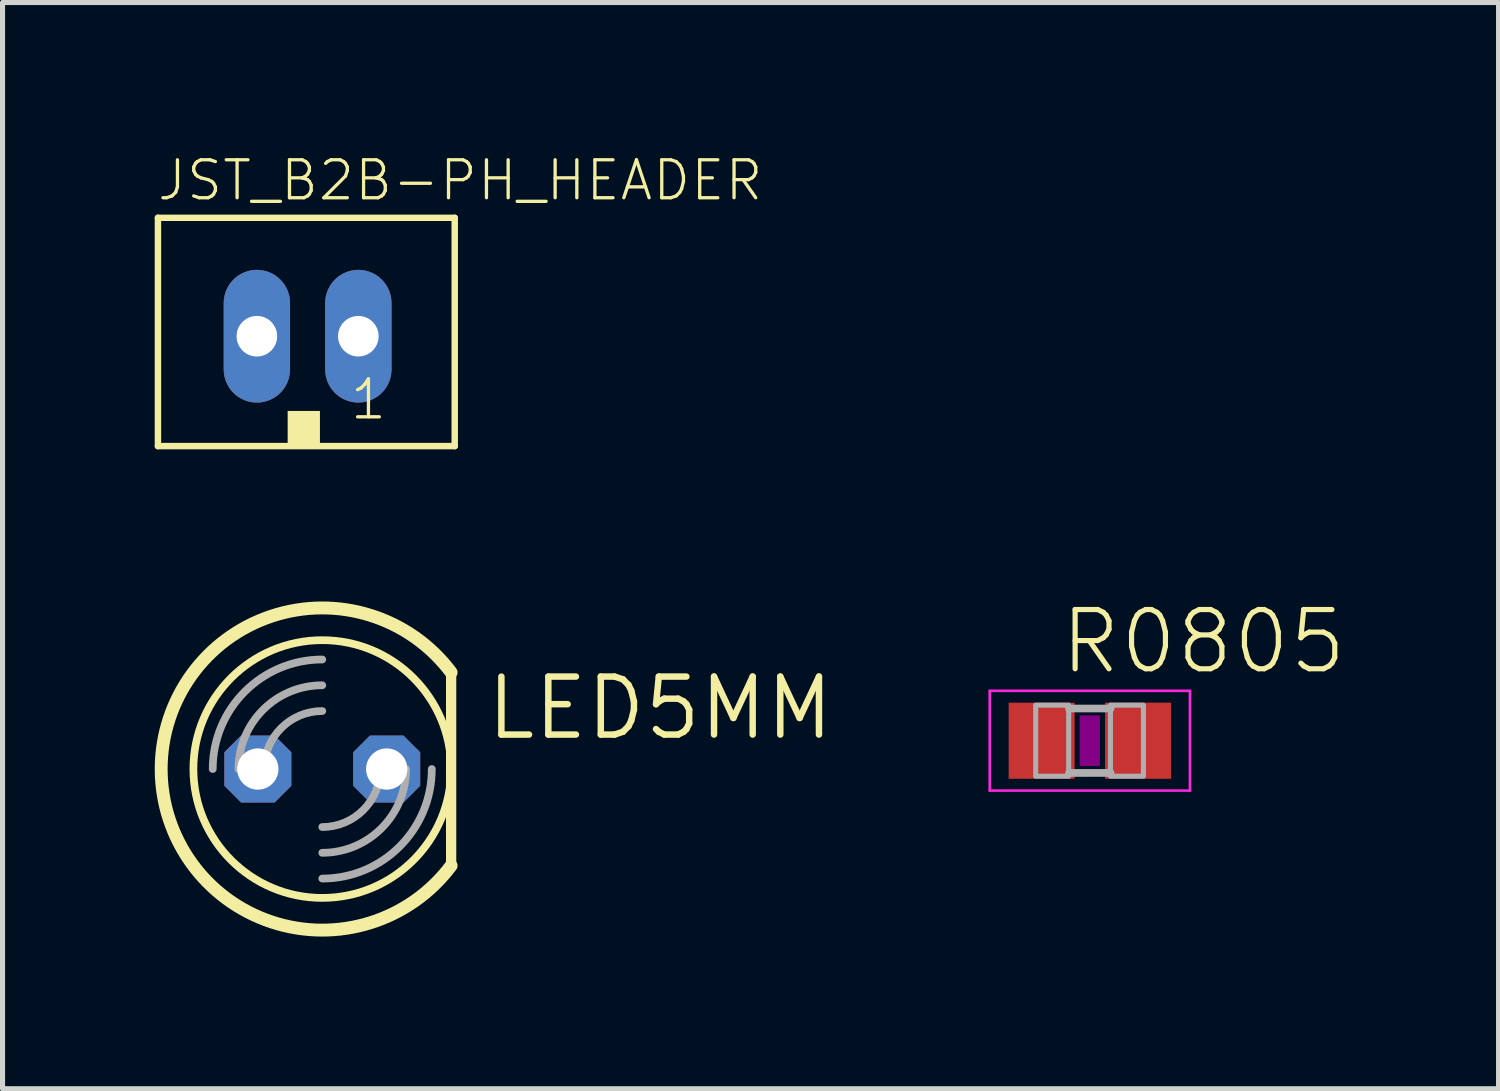
<source format=kicad_pcb>
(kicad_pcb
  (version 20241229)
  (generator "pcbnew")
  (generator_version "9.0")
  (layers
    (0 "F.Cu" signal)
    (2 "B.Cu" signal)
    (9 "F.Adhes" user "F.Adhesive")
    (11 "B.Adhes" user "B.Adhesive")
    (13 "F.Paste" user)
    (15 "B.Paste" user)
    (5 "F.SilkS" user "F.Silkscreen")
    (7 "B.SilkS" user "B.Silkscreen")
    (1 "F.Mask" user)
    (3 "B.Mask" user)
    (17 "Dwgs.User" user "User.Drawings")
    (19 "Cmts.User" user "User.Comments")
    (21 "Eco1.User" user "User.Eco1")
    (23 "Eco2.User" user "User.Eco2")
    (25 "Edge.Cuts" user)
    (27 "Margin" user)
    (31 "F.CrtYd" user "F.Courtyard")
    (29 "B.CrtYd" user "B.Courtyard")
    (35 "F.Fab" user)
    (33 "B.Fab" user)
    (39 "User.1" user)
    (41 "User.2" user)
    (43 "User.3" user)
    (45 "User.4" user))
  (footprint "LED5MM"
    (layer "F.Cu")
    (at 3.302 12.108)
    (property "Reference" "LED5MM" (at 3.175 -0.533 0) (layer "F.SilkS") (effects (font (size 1.143 1.143) (thickness 0.127)) (justify left bottom)))
    (fp_line (start 2.54 1.905) (end 2.54 -1.905) (stroke (width 0.203) (type solid)) (layer "F.SilkS"))
    (fp_arc (start 2.54 1.905) (mid -3.175 0) (end 2.54 -1.905) (stroke (width 0.254) (type solid)) (layer "F.SilkS"))
    (fp_circle (center 0 0) (end 2.54 0) (stroke (width 0.152) (type solid)) (fill no) (layer "F.SilkS"))
    (fp_arc (start -2.159 0) (mid -1.526644 -1.526644) (end 0 -2.159) (stroke (width 0.1524) (type solid)) (layer "F.Fab"))
    (fp_arc (start -1.651 0) (mid -1.167433 -1.167433) (end 0 -1.651) (stroke (width 0.1524) (type solid)) (layer "F.Fab"))
    (fp_arc (start -1.143 0) (mid -0.808223 -0.808223) (end 0 -1.143) (stroke (width 0.1524) (type solid)) (layer "F.Fab"))
    (fp_arc (start 1.143 0) (mid 0.808223 0.808223) (end 0 1.143) (stroke (width 0.1524) (type solid)) (layer "F.Fab"))
    (fp_arc (start 1.651 0) (mid 1.167433 1.167433) (end 0 1.651) (stroke (width 0.1524) (type solid)) (layer "F.Fab"))
    (fp_arc (start 2.159 0) (mid 1.526644 1.526644) (end 0 2.159) (stroke (width 0.1524) (type solid)) (layer "F.Fab"))
    (pad "A" thru_hole roundrect (at -1.27 0) (size 1.321 1.321) (drill 0.813) (layers "*.Cu" "*.Mask") (roundrect_rratio 0.25) (chamfer_ratio 0.25) (chamfer top_left top_right bottom_left bottom_right))
    (pad "K" thru_hole roundrect (at 1.27 0) (size 1.321 1.321) (drill 0.813) (layers "*.Cu" "*.Mask") (roundrect_rratio 0.25) (chamfer_ratio 0.25) (chamfer top_left top_right bottom_left bottom_right)))
  (footprint "JST_B2B-PH_HEADER"
    (layer "F.Cu")
    (at 2.938 3.625)
    (property "Reference" "JST_B2B-PH_HEADER" (at -2.925 -2.683 0) (layer "F.SilkS") (effects (font (size 0.748 0.748) (thickness 0.065)) (justify left bottom)))
    (fp_line (start -2.875 -2.382) (end 2.975 -2.382) (stroke (width 0.127) (type solid)) (layer "F.SilkS"))
    (fp_line (start -2.875 2.118) (end -2.875 -2.382) (stroke (width 0.127) (type solid)) (layer "F.SilkS"))
    (fp_line (start 2.975 -2.382) (end 2.975 2.118) (stroke (width 0.127) (type solid)) (layer "F.SilkS"))
    (fp_line (start 2.975 2.118) (end -2.875 2.118) (stroke (width 0.127) (type solid)) (layer "F.SilkS"))
    (fp_poly (pts (xy -0.318 2.06) (xy 0.318 2.06) (xy 0.318 1.425) (xy -0.318 1.425)) (stroke (width 0) (type solid)) (fill yes) (layer "F.SilkS"))
    (fp_text user "1" (at 0.875 1.635 0) (layer "F.SilkS") (effects (font (size 0.748 0.748) (thickness 0.065)) (justify left bottom)))
    (pad "P1" thru_hole oval (at 1.075 -0.048 90) (size 2.616 1.308) (drill 0.8) (layers "*.Cu" "*.Mask"))
    (pad "P2" thru_hole oval (at -0.925 -0.048 90) (size 2.616 1.308) (drill 0.8) (layers "*.Cu" "*.Mask")))
  (footprint "R0805"
    (layer "F.Cu")
    (at 18.431 11.55)
    (property "Reference" "R0805" (at -0.635 -1.27 0) (layer "F.SilkS") (effects (font (size 1.168 1.168) (thickness 0.102)) (justify left bottom)))
    (fp_poly (pts (xy -0.2 0.5) (xy 0.2 0.5) (xy 0.2 -0.5) (xy -0.2 -0.5)) (stroke (width 0) (type solid)) (fill yes) (layer "F.Adhes"))
    (fp_line (start -1.973 -0.983) (end 1.973 -0.983) (stroke (width 0.051) (type solid)) (layer "F.CrtYd"))
    (fp_line (start -1.973 0.983) (end -1.973 -0.983) (stroke (width 0.051) (type solid)) (layer "F.CrtYd"))
    (fp_line (start 1.973 -0.983) (end 1.973 0.983) (stroke (width 0.051) (type solid)) (layer "F.CrtYd"))
    (fp_line (start 1.973 0.983) (end -1.973 0.983) (stroke (width 0.051) (type solid)) (layer "F.CrtYd"))
    (fp_line (start -0.41 -0.635) (end 0.41 -0.635) (stroke (width 0.152) (type solid)) (layer "F.Fab"))
    (fp_line (start -0.41 0.635) (end 0.41 0.635) (stroke (width 0.152) (type solid)) (layer "F.Fab"))
    (fp_poly (pts (xy -1.067 0.699) (xy -0.417 0.699) (xy -0.417 -0.702) (xy -1.067 -0.702)) (stroke (width 0.1) (type solid)) (fill no) (layer "F.Fab"))
    (fp_poly (pts (xy 0.406 0.699) (xy 1.056 0.699) (xy 1.056 -0.702) (xy 0.406 -0.702)) (stroke (width 0.1) (type solid)) (fill no) (layer "F.Fab"))
    (pad "1" smd rect (at -0.95 0) (size 1.3 1.5) (layers "F.Cu" "F.Mask" "F.Paste"))
    (pad "2" smd rect (at 0.95 0) (size 1.3 1.5) (layers "F.Cu" "F.Mask" "F.Paste")))
  (gr_rect
    (start -3 -3)
    (end 26.487 18.41)
    (stroke (width 0.1) (type default))
    (fill no)
    (layer "Edge.Cuts")))
</source>
